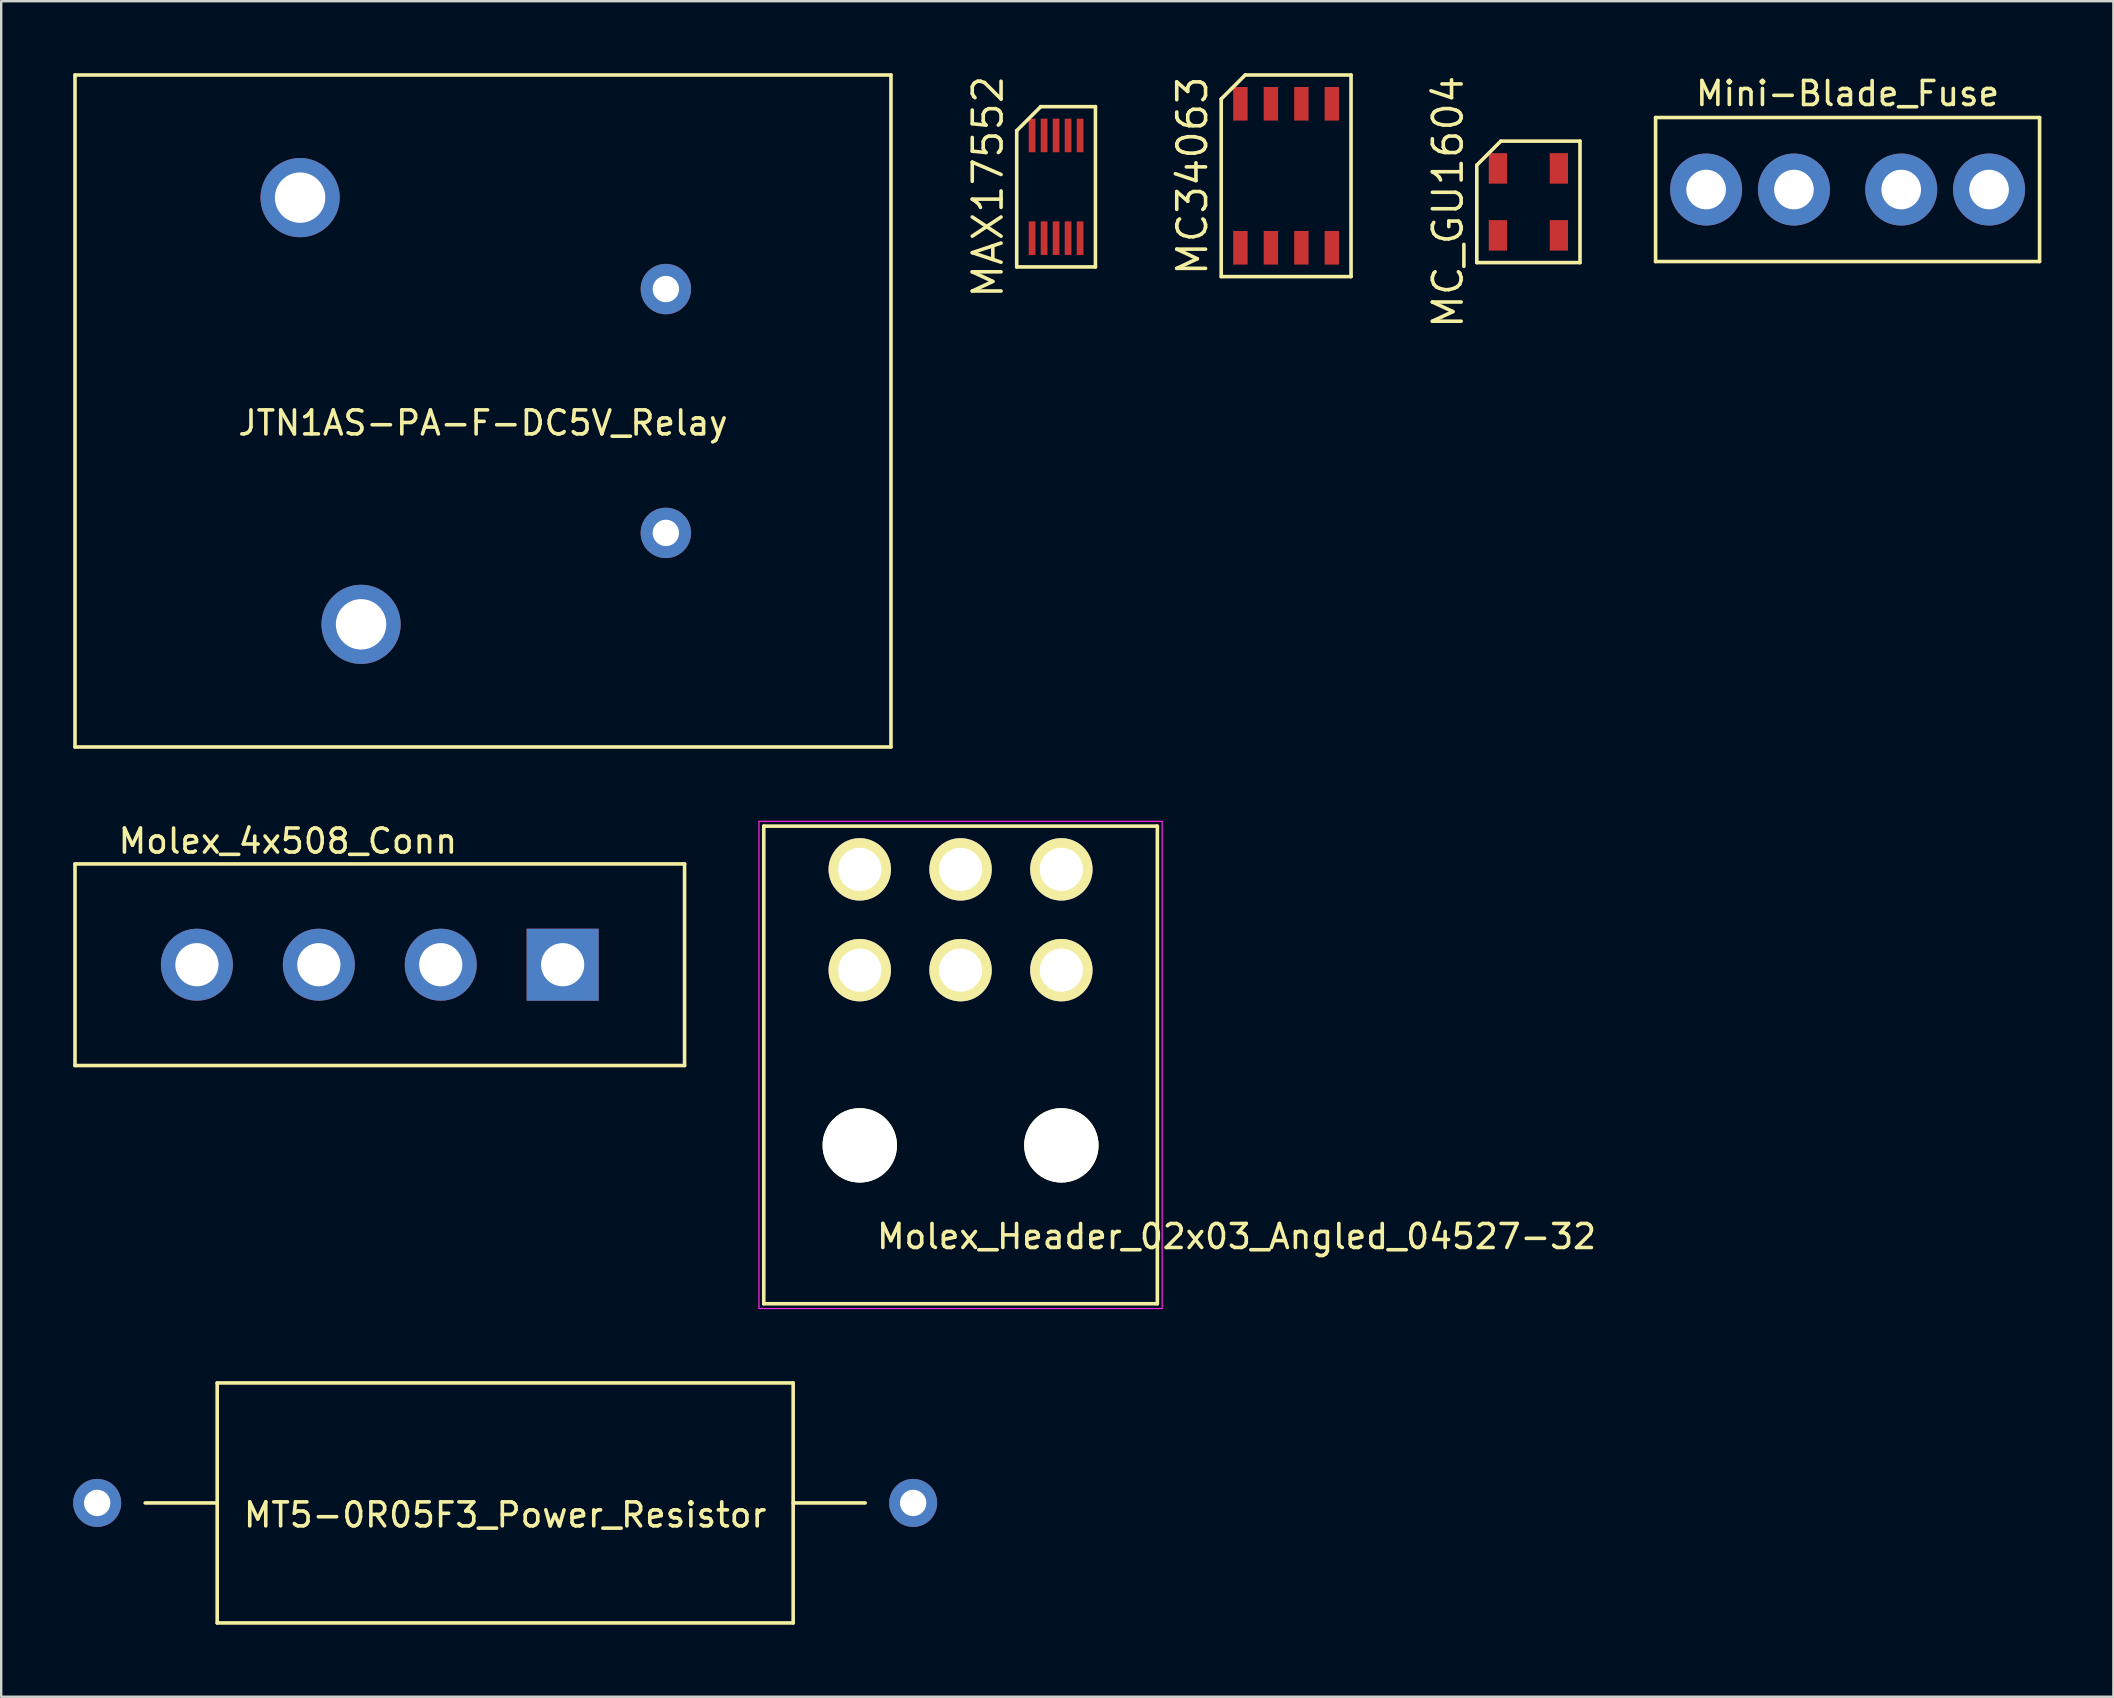
<source format=kicad_pcb>
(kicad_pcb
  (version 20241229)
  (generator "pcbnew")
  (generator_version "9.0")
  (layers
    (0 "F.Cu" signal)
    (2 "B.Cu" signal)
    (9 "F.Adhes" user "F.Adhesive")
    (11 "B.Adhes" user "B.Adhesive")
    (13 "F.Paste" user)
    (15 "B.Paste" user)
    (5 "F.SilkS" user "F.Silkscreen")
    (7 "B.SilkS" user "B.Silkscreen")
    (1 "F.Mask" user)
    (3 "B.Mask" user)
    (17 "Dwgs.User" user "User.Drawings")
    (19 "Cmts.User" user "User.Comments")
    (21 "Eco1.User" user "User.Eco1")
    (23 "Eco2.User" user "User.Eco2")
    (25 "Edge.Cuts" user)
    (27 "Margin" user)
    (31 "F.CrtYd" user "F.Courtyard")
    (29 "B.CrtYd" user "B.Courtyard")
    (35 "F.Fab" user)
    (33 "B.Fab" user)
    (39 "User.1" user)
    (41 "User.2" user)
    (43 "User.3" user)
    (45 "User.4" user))
  (footprint "MT5-0R05F3_Power_Resistor"
    (layer "F.Cu")
    (at 18 59.575)
    (property "Reference" "MT5-0R05F3_Power_Resistor" (at 0 0.5 0) (layer "F.SilkS") (effects (font (size 1 1) (thickness 0.15))))
    (attr through_hole)
    (fp_line (start -15 0) (end -12 0) (stroke (width 0.15) (type solid)) (layer "F.SilkS"))
    (fp_line (start -12 -5) (end 12 -5) (stroke (width 0.15) (type solid)) (layer "F.SilkS"))
    (fp_line (start -12 5) (end -12 -5) (stroke (width 0.15) (type solid)) (layer "F.SilkS"))
    (fp_line (start 12 -5) (end 12 5) (stroke (width 0.15) (type solid)) (layer "F.SilkS"))
    (fp_line (start 12 0) (end 15 0) (stroke (width 0.15) (type solid)) (layer "F.SilkS"))
    (fp_line (start 12 5) (end -12 5) (stroke (width 0.15) (type solid)) (layer "F.SilkS"))
    (pad "1" thru_hole circle (at 17 0) (size 2 2) (drill 1.1) (layers "*.Cu" "*.Mask"))
    (pad "2" thru_hole circle (at -17 0) (size 2 2) (drill 1.1) (layers "*.Cu" "*.Mask")))
  (footprint "Molex_4x508_Conn"
    (layer "F.Cu")
    (at 12.775 37.148)
    (property "Reference" "Molex_4x508_Conn" (at -3.83 -5.15 0) (layer "F.SilkS") (effects (font (size 1 1) (thickness 0.15))))
    (attr through_hole)
    (fp_line (start -12.7 -4.2) (end 12.7 -4.2) (stroke (width 0.15) (type solid)) (layer "F.SilkS"))
    (fp_line (start -12.7 4.2) (end -12.7 -4.2) (stroke (width 0.15) (type solid)) (layer "F.SilkS"))
    (fp_line (start 12.7 -4.2) (end 12.7 4.2) (stroke (width 0.15) (type solid)) (layer "F.SilkS"))
    (fp_line (start 12.7 4.2) (end -12.7 4.2) (stroke (width 0.15) (type solid)) (layer "F.SilkS"))
    (pad "1" thru_hole rect (at 7.62 0) (size 3 3) (drill 1.8) (layers "*.Cu" "*.Mask"))
    (pad "2" thru_hole circle (at 2.54 0) (size 3 3) (drill 1.8) (layers "*.Cu" "*.Mask"))
    (pad "3" thru_hole circle (at -2.54 0) (size 3 3) (drill 1.8) (layers "*.Cu" "*.Mask"))
    (pad "4" thru_hole circle (at -7.62 0) (size 3 3) (drill 1.8) (layers "*.Cu" "*.Mask")))
  (footprint "Molex_Header_02x03_Angled_04527-32"
    (layer "F.Cu")
    (at 41.175 37.375)
    (property "Reference" "Molex_Header_02x03_Angled_04527-32" (at 7.3 11.1 0) (layer "F.SilkS") (effects (font (size 1 1) (thickness 0.15))))
    (attr through_hole)
    (fp_line (start -12.4 -6) (end 4 -6) (stroke (width 0.15) (type solid)) (layer "F.SilkS"))
    (fp_line (start -12.4 13.9) (end -12.4 -6) (stroke (width 0.15) (type solid)) (layer "F.SilkS"))
    (fp_line (start 4 -6) (end 4 13.9) (stroke (width 0.15) (type solid)) (layer "F.SilkS"))
    (fp_line (start 4 13.9) (end -12.4 13.9) (stroke (width 0.15) (type solid)) (layer "F.SilkS"))
    (fp_line (start -12.6 -6.2) (end -12.6 14.1) (stroke (width 0.05) (type solid)) (layer "F.CrtYd"))
    (fp_line (start -12.6 14.1) (end 4.2 14.1) (stroke (width 0.05) (type solid)) (layer "F.CrtYd"))
    (fp_line (start 4.2 -6.2) (end -12.6 -6.2) (stroke (width 0.05) (type solid)) (layer "F.CrtYd"))
    (fp_line (start 4.2 14.1) (end 4.2 -6.2) (stroke (width 0.05) (type solid)) (layer "F.CrtYd"))
    (pad "" np_thru_hole circle (at -8.4 7.3) (size 3.1 3.1) (drill 3.1) (layers "*.Cu" "*.Mask" "F.SilkS"))
    (pad "" np_thru_hole circle (at 0 7.3) (size 3.1 3.1) (drill 3.1) (layers "*.Cu" "*.Mask" "F.SilkS"))
    (pad "1" thru_hole circle (at 0 0) (size 2.6 2.6) (drill 1.8) (layers "*.Cu" "*.Mask" "F.SilkS"))
    (pad "2" thru_hole circle (at -4.2 0) (size 2.6 2.6) (drill 1.8) (layers "*.Cu" "*.Mask" "F.SilkS"))
    (pad "3" thru_hole circle (at -8.4 0) (size 2.6 2.6) (drill 1.8) (layers "*.Cu" "*.Mask" "F.SilkS"))
    (pad "4" thru_hole circle (at 0 -4.2) (size 2.6 2.6) (drill 1.8) (layers "*.Cu" "*.Mask" "F.SilkS"))
    (pad "5" thru_hole circle (at -4.2 -4.2) (size 2.6 2.6) (drill 1.8) (layers "*.Cu" "*.Mask" "F.SilkS"))
    (pad "6" thru_hole circle (at -8.4 -4.2) (size 2.6 2.6) (drill 1.8) (layers "*.Cu" "*.Mask" "F.SilkS")))
  (footprint "Mini-Blade_Fuse"
    (layer "F.Cu")
    (at 73.936 4.848)
    (property "Reference" "Mini-Blade_Fuse" (at 0 -4 0) (layer "F.SilkS") (effects (font (size 1 1) (thickness 0.15))))
    (attr through_hole)
    (fp_line (start -8 -3) (end -8 3) (stroke (width 0.15) (type solid)) (layer "F.SilkS"))
    (fp_line (start -8 3) (end 8 3) (stroke (width 0.15) (type solid)) (layer "F.SilkS"))
    (fp_line (start 8 -3) (end -8 -3) (stroke (width 0.15) (type solid)) (layer "F.SilkS"))
    (fp_line (start 8 3) (end 8 -3) (stroke (width 0.15) (type solid)) (layer "F.SilkS"))
    (pad "1" thru_hole circle (at 2.235 0) (size 3 3) (drill 1.65) (layers "*.Cu" "*.Mask"))
    (pad "1" thru_hole circle (at 5.895 0) (size 3 3) (drill 1.65) (layers "*.Cu" "*.Mask"))
    (pad "2" thru_hole circle (at -5.895 0) (size 3 3) (drill 1.65) (layers "*.Cu" "*.Mask"))
    (pad "2" thru_hole circle (at -2.235 0) (size 3 3) (drill 1.65) (layers "*.Cu" "*.Mask")))
  (footprint "JTN1AS-PA-F-DC5V_Relay"
    (layer "F.Cu")
    (at 17.075 14.075)
    (property "Reference" "JTN1AS-PA-F-DC5V_Relay" (at 0 0.5 0) (layer "F.SilkS") (effects (font (size 1 1) (thickness 0.15))))
    (attr through_hole)
    (fp_line (start -17 -14) (end -17 14) (stroke (width 0.15) (type solid)) (layer "F.SilkS"))
    (fp_line (start -17 14) (end 17 14) (stroke (width 0.15) (type solid)) (layer "F.SilkS"))
    (fp_line (start 17 -14) (end -17 -14) (stroke (width 0.15) (type solid)) (layer "F.SilkS"))
    (fp_line (start 17 14) (end 17 -14) (stroke (width 0.15) (type solid)) (layer "F.SilkS"))
    (pad "1" thru_hole circle (at -5.08 8.89) (size 3.3 3.3) (drill 2.1) (layers "*.Cu" "*.Mask"))
    (pad "2" thru_hole circle (at 7.62 5.08) (size 2.1 2.1) (drill 1.1) (layers "*.Cu" "*.Mask"))
    (pad "3" thru_hole circle (at -7.62 -8.89) (size 3.3 3.3) (drill 2.1) (layers "*.Cu" "*.Mask"))
    (pad "4" thru_hole circle (at 7.62 -5.08) (size 2.1 2.1) (drill 1.1) (layers "*.Cu" "*.Mask")))
  (footprint "MC34063"
    (layer "F.Cu")
    (at 50.541 4.275)
    (property "Reference" "MC34063" (at -3.905 0 90) (layer "F.SilkS") (effects (font (size 1.2 1.2) (thickness 0.15))))
    (attr through_hole)
    (fp_line (start -2.705 -3.2) (end -2.705 4.2) (stroke (width 0.15) (type solid)) (layer "F.SilkS"))
    (fp_line (start -2.705 4.2) (end 2.705 4.2) (stroke (width 0.15) (type solid)) (layer "F.SilkS"))
    (fp_line (start -1.705 -4.2) (end -2.705 -3.2) (stroke (width 0.15) (type solid)) (layer "F.SilkS"))
    (fp_line (start 2.705 -4.2) (end -1.705 -4.2) (stroke (width 0.15) (type solid)) (layer "F.SilkS"))
    (fp_line (start 2.705 4.2) (end 2.705 -4.2) (stroke (width 0.15) (type solid)) (layer "F.SilkS"))
    (pad "1" smd rect (at -1.905 3) (size 0.6 1.4) (layers "F.Cu" "F.Mask" "F.Paste"))
    (pad "2" smd rect (at -0.635 3) (size 0.6 1.4) (layers "F.Cu" "F.Mask" "F.Paste"))
    (pad "3" smd rect (at 0.635 3) (size 0.6 1.4) (layers "F.Cu" "F.Mask" "F.Paste"))
    (pad "4" smd rect (at 1.905 3) (size 0.6 1.4) (layers "F.Cu" "F.Mask" "F.Paste"))
    (pad "5" smd rect (at 1.905 -3) (size 0.6 1.4) (layers "F.Cu" "F.Mask" "F.Paste"))
    (pad "6" smd rect (at 0.635 -3) (size 0.6 1.4) (layers "F.Cu" "F.Mask" "F.Paste"))
    (pad "7" smd rect (at -0.635 -3) (size 0.6 1.4) (layers "F.Cu" "F.Mask" "F.Paste"))
    (pad "8" smd rect (at -1.905 -3) (size 0.6 1.4) (layers "F.Cu" "F.Mask" "F.Paste")))
  (footprint "MAX17552"
    (layer "F.Cu")
    (at 40.955 4.734)
    (property "Reference" "MAX17552" (at -2.84 0 90) (layer "F.SilkS") (effects (font (size 1.2 1.2) (thickness 0.15))))
    (attr through_hole)
    (fp_line (start -1.64 -2.34) (end -1.64 3.34) (stroke (width 0.15) (type solid)) (layer "F.SilkS"))
    (fp_line (start -1.64 3.34) (end 1.64 3.34) (stroke (width 0.15) (type solid)) (layer "F.SilkS"))
    (fp_line (start -0.64 -3.34) (end -1.64 -2.34) (stroke (width 0.15) (type solid)) (layer "F.SilkS"))
    (fp_line (start 1.64 -3.34) (end -0.64 -3.34) (stroke (width 0.15) (type solid)) (layer "F.SilkS"))
    (fp_line (start 1.64 3.34) (end 1.64 -3.34) (stroke (width 0.15) (type solid)) (layer "F.SilkS"))
    (pad "1" smd rect (at -1 2.14) (size 0.28 1.4) (layers "F.Cu" "F.Mask" "F.Paste"))
    (pad "2" smd rect (at -0.5 2.14) (size 0.28 1.4) (layers "F.Cu" "F.Mask" "F.Paste"))
    (pad "3" smd rect (at 0 2.14) (size 0.28 1.4) (layers "F.Cu" "F.Mask" "F.Paste"))
    (pad "4" smd rect (at 0.5 2.14) (size 0.28 1.4) (layers "F.Cu" "F.Mask" "F.Paste"))
    (pad "5" smd rect (at 1 2.14) (size 0.28 1.4) (layers "F.Cu" "F.Mask" "F.Paste"))
    (pad "6" smd rect (at 1 -2.14) (size 0.28 1.4) (layers "F.Cu" "F.Mask" "F.Paste"))
    (pad "7" smd rect (at 0.5 -2.14) (size 0.28 1.4) (layers "F.Cu" "F.Mask" "F.Paste"))
    (pad "8" smd rect (at 0 -2.14) (size 0.28 1.4) (layers "F.Cu" "F.Mask" "F.Paste"))
    (pad "9" smd rect (at -0.5 -2.14) (size 0.28 1.4) (layers "F.Cu" "F.Mask" "F.Paste"))
    (pad "10" smd rect (at -1 -2.14) (size 0.28 1.4) (layers "F.Cu" "F.Mask" "F.Paste")))
  (footprint "MC_GU1604"
    (layer "F.Cu")
    (at 60.636 5.362)
    (property "Reference" "MC_GU1604" (at -3.35 0 90) (layer "F.SilkS") (effects (font (size 1.2 1.2) (thickness 0.15))))
    (attr through_hole)
    (fp_line (start -2.15 -1.53) (end -2.15 2.53) (stroke (width 0.15) (type solid)) (layer "F.SilkS"))
    (fp_line (start -2.15 2.53) (end 2.15 2.53) (stroke (width 0.15) (type solid)) (layer "F.SilkS"))
    (fp_line (start -1.15 -2.53) (end -2.15 -1.53) (stroke (width 0.15) (type solid)) (layer "F.SilkS"))
    (fp_line (start 2.15 -2.53) (end -1.15 -2.53) (stroke (width 0.15) (type solid)) (layer "F.SilkS"))
    (fp_line (start 2.15 2.53) (end 2.15 -2.53) (stroke (width 0.15) (type solid)) (layer "F.SilkS"))
    (pad "1" smd rect (at -1.27 -1.395) (size 0.76 1.27) (layers "F.Cu" "F.Mask" "F.Paste"))
    (pad "2" smd rect (at 1.27 -1.395) (size 0.76 1.27) (layers "F.Cu" "F.Mask" "F.Paste"))
    (pad "3" smd rect (at 1.27 1.395) (size 0.76 1.27) (layers "F.Cu" "F.Mask" "F.Paste"))
    (pad "4" smd rect (at -1.27 1.395) (size 0.76 1.27) (layers "F.Cu" "F.Mask" "F.Paste")))
  (gr_rect
    (start -3 -3)
    (end 85.011 67.65)
    (stroke (width 0.1) (type default))
    (fill no)
    (layer "Edge.Cuts")))
</source>
